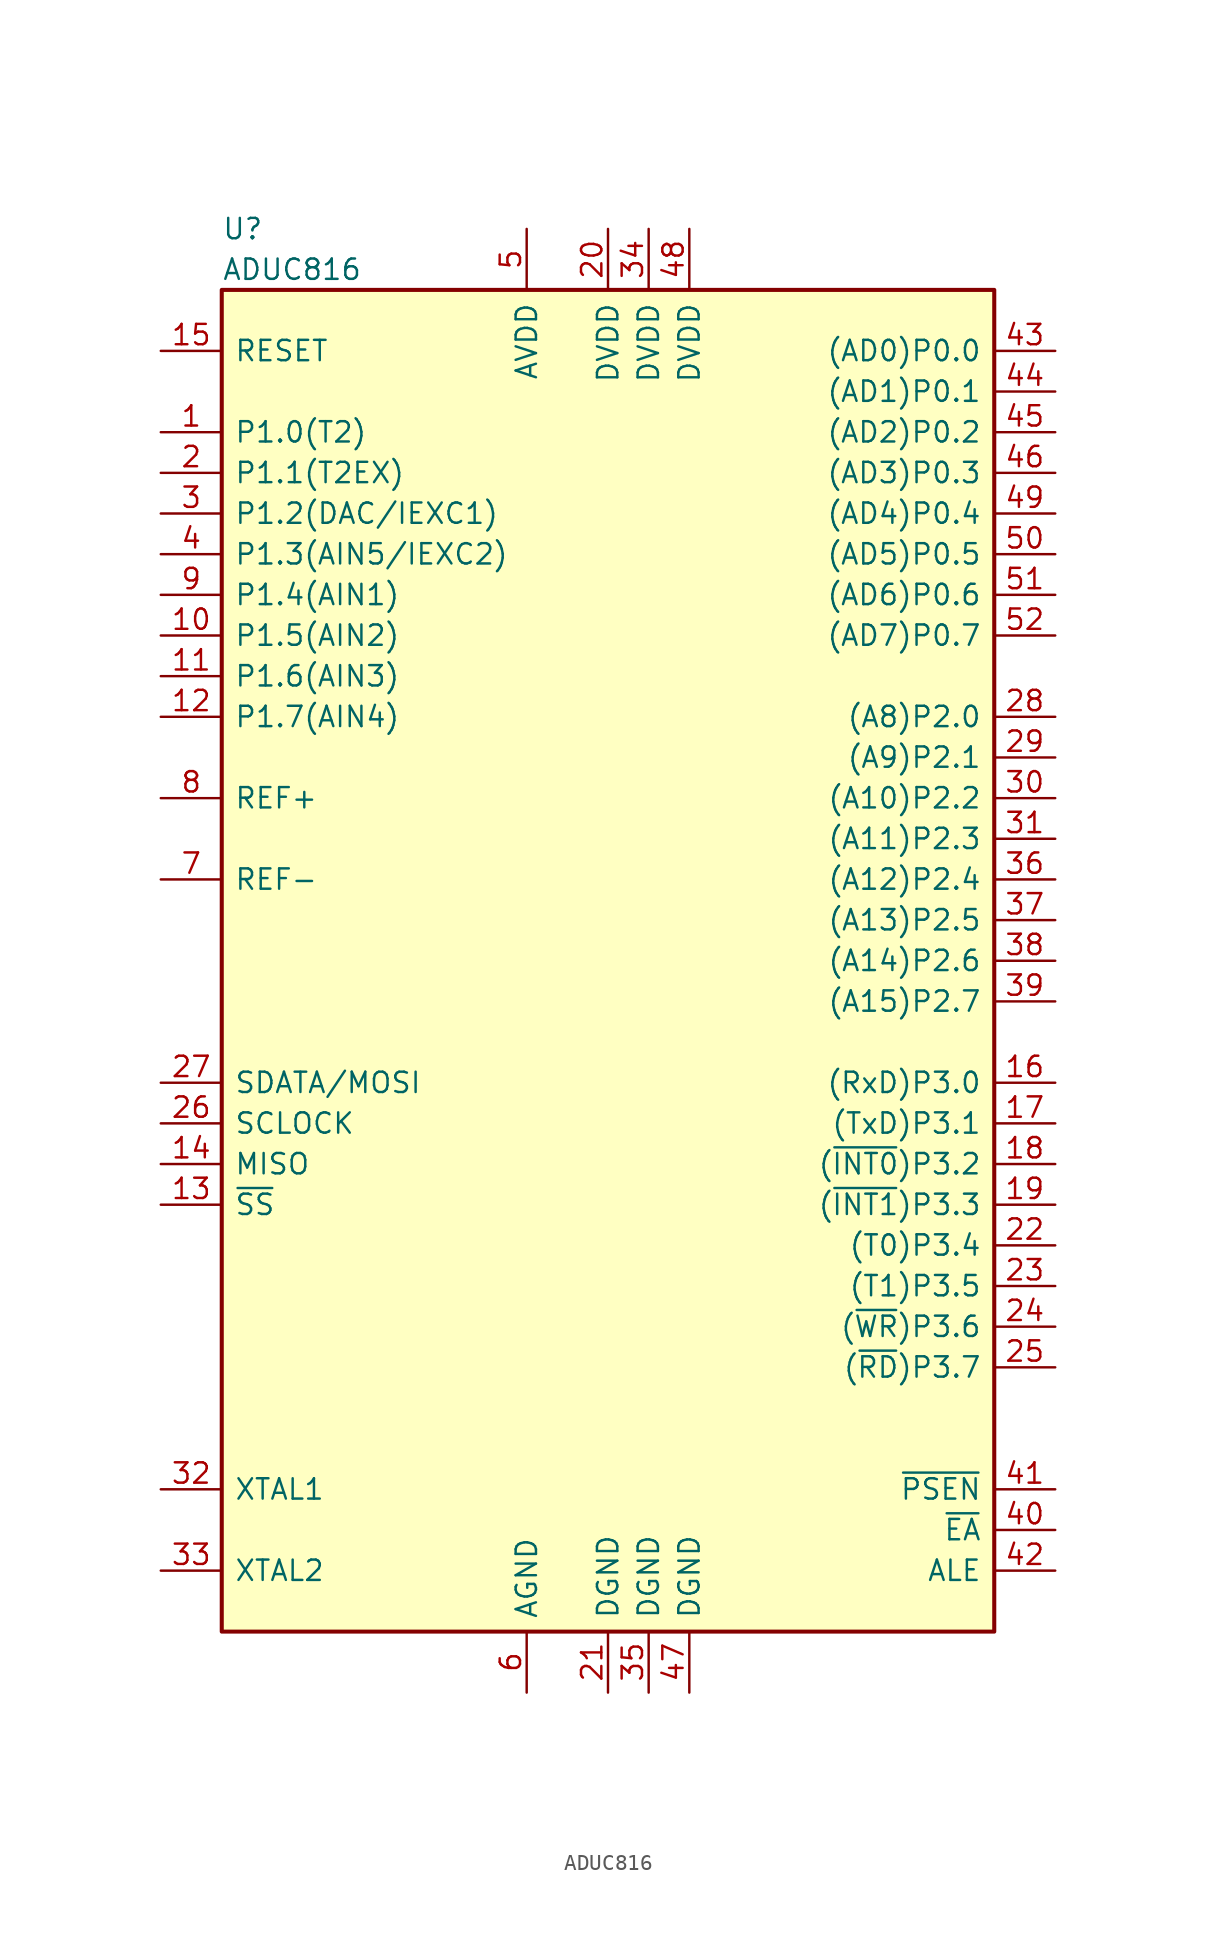
<source format=kicad_sym>
(kicad_symbol_lib
  (version 20241209)
  (generator "kicad_symbol_editor")
  (generator_version "9.0")
  (symbol "ADUC816"
    (pin_names
      (offset 0.762))
    (property "Reference" "U"
      (at -24.13 45.72 0)
      (effects (font (size 1.27 1.27)) (justify left)))
    (property "Value" "ADUC816"
      (at -24.13 43.18 0)
      (effects (font (size 1.27 1.27)) (justify left)))
    (symbol "ADUC816_0_1"
      (rectangle (start 24.13 -41.91) (end -24.13 41.91) (stroke (width 0.254) (type default)) (fill (type background))))
    (symbol "ADUC816_1_1"
      (pin input line (at -27.94 38.1 0) (length 3.81) (name "RESET" (effects (font (size 1.27 1.27)))) (number "15" (effects (font (size 1.27 1.27)))))
      (pin bidirectional line (at -27.94 33.02 0) (length 3.81) (name "P1.0(T2)" (effects (font (size 1.27 1.27)))) (number "1" (effects (font (size 1.27 1.27)))))
      (pin bidirectional line (at -27.94 30.48 0) (length 3.81) (name "P1.1(T2EX)" (effects (font (size 1.27 1.27)))) (number "2" (effects (font (size 1.27 1.27)))))
      (pin bidirectional line (at -27.94 27.94 0) (length 3.81) (name "P1.2(DAC/IEXC1)" (effects (font (size 1.27 1.27)))) (number "3" (effects (font (size 1.27 1.27)))))
      (pin bidirectional line (at -27.94 25.4 0) (length 3.81) (name "P1.3(AIN5/IEXC2)" (effects (font (size 1.27 1.27)))) (number "4" (effects (font (size 1.27 1.27)))))
      (pin input line (at -27.94 22.86 0) (length 3.81) (name "P1.4(AIN1)" (effects (font (size 1.27 1.27)))) (number "9" (effects (font (size 1.27 1.27)))))
      (pin input line (at -27.94 20.32 0) (length 3.81) (name "P1.5(AIN2)" (effects (font (size 1.27 1.27)))) (number "10" (effects (font (size 1.27 1.27)))))
      (pin input line (at -27.94 17.78 0) (length 3.81) (name "P1.6(AIN3)" (effects (font (size 1.27 1.27)))) (number "11" (effects (font (size 1.27 1.27)))))
      (pin bidirectional line (at -27.94 15.24 0) (length 3.81) (name "P1.7(AIN4)" (effects (font (size 1.27 1.27)))) (number "12" (effects (font (size 1.27 1.27)))))
      (pin passive line (at -27.94 10.16 0) (length 3.81) (name "REF+" (effects (font (size 1.27 1.27)))) (number "8" (effects (font (size 1.27 1.27)))))
      (pin passive line (at -27.94 5.08 0) (length 3.81) (name "REF-" (effects (font (size 1.27 1.27)))) (number "7" (effects (font (size 1.27 1.27)))))
      (pin bidirectional line (at -27.94 -7.62 0) (length 3.81) (name "SDATA/MOSI" (effects (font (size 1.27 1.27)))) (number "27" (effects (font (size 1.27 1.27)))))
      (pin bidirectional line (at -27.94 -10.16 0) (length 3.81) (name "SCLOCK" (effects (font (size 1.27 1.27)))) (number "26" (effects (font (size 1.27 1.27)))))
      (pin input line (at -27.94 -12.7 0) (length 3.81) (name "MISO" (effects (font (size 1.27 1.27)))) (number "14" (effects (font (size 1.27 1.27)))))
      (pin input line (at -27.94 -15.24 0) (length 3.81) (name "~{SS}" (effects (font (size 1.27 1.27)))) (number "13" (effects (font (size 1.27 1.27)))))
      (pin input line (at -27.94 -33.02 0) (length 3.81) (name "XTAL1" (effects (font (size 1.27 1.27)))) (number "32" (effects (font (size 1.27 1.27)))))
      (pin output line (at -27.94 -38.1 0) (length 3.81) (name "XTAL2" (effects (font (size 1.27 1.27)))) (number "33" (effects (font (size 1.27 1.27)))))
      (pin power_in line (at -5.08 45.72 270) (length 3.81) (name "AVDD" (effects (font (size 1.27 1.27)))) (number "5" (effects (font (size 1.27 1.27)))))
      (pin power_in line (at -5.08 -45.72 90) (length 3.81) (name "AGND" (effects (font (size 1.27 1.27)))) (number "6" (effects (font (size 1.27 1.27)))))
      (pin power_in line (at 0 45.72 270) (length 3.81) (name "DVDD" (effects (font (size 1.27 1.27)))) (number "20" (effects (font (size 1.27 1.27)))))
      (pin power_in line (at 0 -45.72 90) (length 3.81) (name "DGND" (effects (font (size 1.27 1.27)))) (number "21" (effects (font (size 1.27 1.27)))))
      (pin power_in line (at 2.54 45.72 270) (length 3.81) (name "DVDD" (effects (font (size 1.27 1.27)))) (number "34" (effects (font (size 1.27 1.27)))))
      (pin power_in line (at 2.54 -45.72 90) (length 3.81) (name "DGND" (effects (font (size 1.27 1.27)))) (number "35" (effects (font (size 1.27 1.27)))))
      (pin power_in line (at 5.08 45.72 270) (length 3.81) (name "DVDD" (effects (font (size 1.27 1.27)))) (number "48" (effects (font (size 1.27 1.27)))))
      (pin power_in line (at 5.08 -45.72 90) (length 3.81) (name "DGND" (effects (font (size 1.27 1.27)))) (number "47" (effects (font (size 1.27 1.27)))))
      (pin tri_state line (at 27.94 38.1 180) (length 3.81) (name "(AD0)P0.0" (effects (font (size 1.27 1.27)))) (number "43" (effects (font (size 1.27 1.27)))))
      (pin tri_state line (at 27.94 35.56 180) (length 3.81) (name "(AD1)P0.1" (effects (font (size 1.27 1.27)))) (number "44" (effects (font (size 1.27 1.27)))))
      (pin tri_state line (at 27.94 33.02 180) (length 3.81) (name "(AD2)P0.2" (effects (font (size 1.27 1.27)))) (number "45" (effects (font (size 1.27 1.27)))))
      (pin tri_state line (at 27.94 30.48 180) (length 3.81) (name "(AD3)P0.3" (effects (font (size 1.27 1.27)))) (number "46" (effects (font (size 1.27 1.27)))))
      (pin tri_state line (at 27.94 27.94 180) (length 3.81) (name "(AD4)P0.4" (effects (font (size 1.27 1.27)))) (number "49" (effects (font (size 1.27 1.27)))))
      (pin tri_state line (at 27.94 25.4 180) (length 3.81) (name "(AD5)P0.5" (effects (font (size 1.27 1.27)))) (number "50" (effects (font (size 1.27 1.27)))))
      (pin tri_state line (at 27.94 22.86 180) (length 3.81) (name "(AD6)P0.6" (effects (font (size 1.27 1.27)))) (number "51" (effects (font (size 1.27 1.27)))))
      (pin tri_state line (at 27.94 20.32 180) (length 3.81) (name "(AD7)P0.7" (effects (font (size 1.27 1.27)))) (number "52" (effects (font (size 1.27 1.27)))))
      (pin bidirectional line (at 27.94 15.24 180) (length 3.81) (name "(A8)P2.0" (effects (font (size 1.27 1.27)))) (number "28" (effects (font (size 1.27 1.27)))))
      (pin bidirectional line (at 27.94 12.7 180) (length 3.81) (name "(A9)P2.1" (effects (font (size 1.27 1.27)))) (number "29" (effects (font (size 1.27 1.27)))))
      (pin bidirectional line (at 27.94 10.16 180) (length 3.81) (name "(A10)P2.2" (effects (font (size 1.27 1.27)))) (number "30" (effects (font (size 1.27 1.27)))))
      (pin bidirectional line (at 27.94 7.62 180) (length 3.81) (name "(A11)P2.3" (effects (font (size 1.27 1.27)))) (number "31" (effects (font (size 1.27 1.27)))))
      (pin bidirectional line (at 27.94 5.08 180) (length 3.81) (name "(A12)P2.4" (effects (font (size 1.27 1.27)))) (number "36" (effects (font (size 1.27 1.27)))))
      (pin bidirectional line (at 27.94 2.54 180) (length 3.81) (name "(A13)P2.5" (effects (font (size 1.27 1.27)))) (number "37" (effects (font (size 1.27 1.27)))))
      (pin bidirectional line (at 27.94 0 180) (length 3.81) (name "(A14)P2.6" (effects (font (size 1.27 1.27)))) (number "38" (effects (font (size 1.27 1.27)))))
      (pin bidirectional line (at 27.94 -2.54 180) (length 3.81) (name "(A15)P2.7" (effects (font (size 1.27 1.27)))) (number "39" (effects (font (size 1.27 1.27)))))
      (pin bidirectional line (at 27.94 -7.62 180) (length 3.81) (name "(RxD)P3.0" (effects (font (size 1.27 1.27)))) (number "16" (effects (font (size 1.27 1.27)))))
      (pin bidirectional line (at 27.94 -10.16 180) (length 3.81) (name "(TxD)P3.1" (effects (font (size 1.27 1.27)))) (number "17" (effects (font (size 1.27 1.27)))))
      (pin bidirectional line (at 27.94 -12.7 180) (length 3.81) (name "(~{INT0})P3.2" (effects (font (size 1.27 1.27)))) (number "18" (effects (font (size 1.27 1.27)))))
      (pin bidirectional line (at 27.94 -15.24 180) (length 3.81) (name "(~{INT1})P3.3" (effects (font (size 1.27 1.27)))) (number "19" (effects (font (size 1.27 1.27)))))
      (pin bidirectional line (at 27.94 -17.78 180) (length 3.81) (name "(T0)P3.4" (effects (font (size 1.27 1.27)))) (number "22" (effects (font (size 1.27 1.27)))))
      (pin bidirectional line (at 27.94 -20.32 180) (length 3.81) (name "(T1)P3.5" (effects (font (size 1.27 1.27)))) (number "23" (effects (font (size 1.27 1.27)))))
      (pin bidirectional line (at 27.94 -22.86 180) (length 3.81) (name "(~{WR})P3.6" (effects (font (size 1.27 1.27)))) (number "24" (effects (font (size 1.27 1.27)))))
      (pin bidirectional line (at 27.94 -25.4 180) (length 3.81) (name "(~{RD})P3.7" (effects (font (size 1.27 1.27)))) (number "25" (effects (font (size 1.27 1.27)))))
      (pin output line (at 27.94 -33.02 180) (length 3.81) (name "~{PSEN}" (effects (font (size 1.27 1.27)))) (number "41" (effects (font (size 1.27 1.27)))))
      (pin bidirectional line (at 27.94 -35.56 180) (length 3.81) (name "~{EA}" (effects (font (size 1.27 1.27)))) (number "40" (effects (font (size 1.27 1.27)))))
      (pin output line (at 27.94 -38.1 180) (length 3.81) (name "ALE" (effects (font (size 1.27 1.27)))) (number "42" (effects (font (size 1.27 1.27))))))))
</source>
